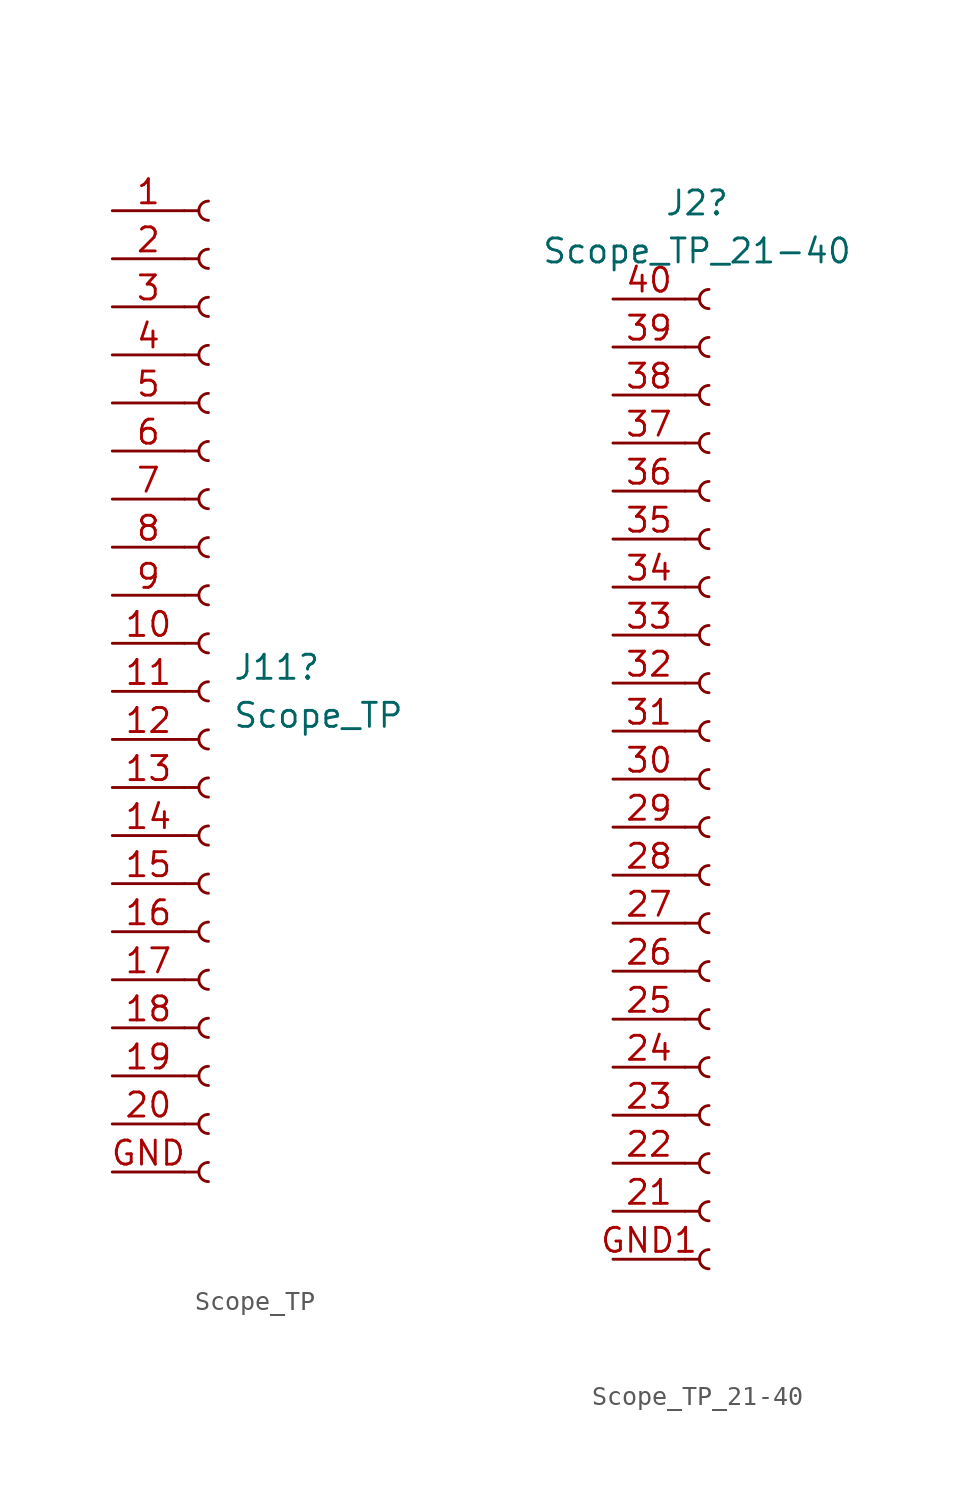
<source format=kicad_sym>
(kicad_symbol_lib
  (version 20241209)
  (generator "kicad_symbol_editor")
  (generator_version "9.0")
  (symbol "Scope_TP"
    (pin_names
      (offset 1.016)
      (hide yes))
    (property "Reference" "J11"
      (at 1.27 1.27 0)
      (effects (font (size 1.27 1.27)) (justify left)))
    (property "Value" "Scope_TP"
      (at 1.27 -1.27 0)
      (effects (font (size 1.27 1.27)) (justify left)))
    (property "ki_locked" ""
      (at 0 0 0)
      (effects (font (size 1.27 1.27))))
    (symbol "Scope_TP_1_1"
      (polyline (pts (xy -1.27 25.4) (xy -0.508 25.4)) (stroke (width 0.152) (type default)) (fill (type none)))
      (polyline (pts (xy -1.27 22.86) (xy -0.508 22.86)) (stroke (width 0.152) (type default)) (fill (type none)))
      (polyline (pts (xy -1.27 20.32) (xy -0.508 20.32)) (stroke (width 0.152) (type default)) (fill (type none)))
      (polyline (pts (xy -1.27 17.78) (xy -0.508 17.78)) (stroke (width 0.152) (type default)) (fill (type none)))
      (polyline (pts (xy -1.27 15.24) (xy -0.508 15.24)) (stroke (width 0.152) (type default)) (fill (type none)))
      (polyline (pts (xy -1.27 12.7) (xy -0.508 12.7)) (stroke (width 0.152) (type default)) (fill (type none)))
      (polyline (pts (xy -1.27 10.16) (xy -0.508 10.16)) (stroke (width 0.152) (type default)) (fill (type none)))
      (polyline (pts (xy -1.27 7.62) (xy -0.508 7.62)) (stroke (width 0.152) (type default)) (fill (type none)))
      (polyline (pts (xy -1.27 5.08) (xy -0.508 5.08)) (stroke (width 0.152) (type default)) (fill (type none)))
      (polyline (pts (xy -1.27 2.54) (xy -0.508 2.54)) (stroke (width 0.152) (type default)) (fill (type none)))
      (polyline (pts (xy -1.27 0) (xy -0.508 0)) (stroke (width 0.152) (type default)) (fill (type none)))
      (polyline (pts (xy -1.27 -2.54) (xy -0.508 -2.54)) (stroke (width 0.152) (type default)) (fill (type none)))
      (polyline (pts (xy -1.27 -5.08) (xy -0.508 -5.08)) (stroke (width 0.152) (type default)) (fill (type none)))
      (polyline (pts (xy -1.27 -7.62) (xy -0.508 -7.62)) (stroke (width 0.152) (type default)) (fill (type none)))
      (polyline (pts (xy -1.27 -10.16) (xy -0.508 -10.16)) (stroke (width 0.152) (type default)) (fill (type none)))
      (polyline (pts (xy -1.27 -12.7) (xy -0.508 -12.7)) (stroke (width 0.152) (type default)) (fill (type none)))
      (polyline (pts (xy -1.27 -15.24) (xy -0.508 -15.24)) (stroke (width 0.152) (type default)) (fill (type none)))
      (polyline (pts (xy -1.27 -17.78) (xy -0.508 -17.78)) (stroke (width 0.152) (type default)) (fill (type none)))
      (polyline (pts (xy -1.27 -20.32) (xy -0.508 -20.32)) (stroke (width 0.152) (type default)) (fill (type none)))
      (polyline (pts (xy -1.27 -22.86) (xy -0.508 -22.86)) (stroke (width 0.152) (type default)) (fill (type none)))
      (polyline (pts (xy -1.27 -25.4) (xy -0.508 -25.4)) (stroke (width 0.152) (type default)) (fill (type none)))
      (arc (start 0 24.892) (mid -0.5058 25.4) (end 0 25.908) (stroke (width 0.1524) (type default)) (fill (type none)))
      (arc (start 0 22.352) (mid -0.5058 22.86) (end 0 23.368) (stroke (width 0.1524) (type default)) (fill (type none)))
      (arc (start 0 19.812) (mid -0.5058 20.32) (end 0 20.828) (stroke (width 0.1524) (type default)) (fill (type none)))
      (arc (start 0 17.272) (mid -0.5058 17.78) (end 0 18.288) (stroke (width 0.1524) (type default)) (fill (type none)))
      (arc (start 0 14.732) (mid -0.5058 15.24) (end 0 15.748) (stroke (width 0.1524) (type default)) (fill (type none)))
      (arc (start 0 12.192) (mid -0.5058 12.7) (end 0 13.208) (stroke (width 0.1524) (type default)) (fill (type none)))
      (arc (start 0 9.652) (mid -0.5058 10.16) (end 0 10.668) (stroke (width 0.1524) (type default)) (fill (type none)))
      (arc (start 0 7.112) (mid -0.5058 7.62) (end 0 8.128) (stroke (width 0.1524) (type default)) (fill (type none)))
      (arc (start 0 4.572) (mid -0.5058 5.08) (end 0 5.588) (stroke (width 0.1524) (type default)) (fill (type none)))
      (arc (start 0 2.032) (mid -0.5058 2.54) (end 0 3.048) (stroke (width 0.1524) (type default)) (fill (type none)))
      (arc (start 0 -0.508) (mid -0.5058 0) (end 0 0.508) (stroke (width 0.1524) (type default)) (fill (type none)))
      (arc (start 0 -3.048) (mid -0.5058 -2.54) (end 0 -2.032) (stroke (width 0.1524) (type default)) (fill (type none)))
      (arc (start 0 -5.588) (mid -0.5058 -5.08) (end 0 -4.572) (stroke (width 0.1524) (type default)) (fill (type none)))
      (arc (start 0 -8.128) (mid -0.5058 -7.62) (end 0 -7.112) (stroke (width 0.1524) (type default)) (fill (type none)))
      (arc (start 0 -10.668) (mid -0.5058 -10.16) (end 0 -9.652) (stroke (width 0.1524) (type default)) (fill (type none)))
      (arc (start 0 -13.208) (mid -0.5058 -12.7) (end 0 -12.192) (stroke (width 0.1524) (type default)) (fill (type none)))
      (arc (start 0 -15.748) (mid -0.5058 -15.24) (end 0 -14.732) (stroke (width 0.1524) (type default)) (fill (type none)))
      (arc (start 0 -18.288) (mid -0.5058 -17.78) (end 0 -17.272) (stroke (width 0.1524) (type default)) (fill (type none)))
      (arc (start 0 -20.828) (mid -0.5058 -20.32) (end 0 -19.812) (stroke (width 0.1524) (type default)) (fill (type none)))
      (arc (start 0 -23.368) (mid -0.5058 -22.86) (end 0 -22.352) (stroke (width 0.1524) (type default)) (fill (type none)))
      (arc (start 0 -25.908) (mid -0.5058 -25.4) (end 0 -24.892) (stroke (width 0.1524) (type default)) (fill (type none)))
      (pin passive line (at -5.08 25.4 0) (length 3.81) (name "Pin_1" (effects (font (size 1.27 1.27)))) (number "1" (effects (font (size 1.27 1.27)))))
      (pin passive line (at -5.08 22.86 0) (length 3.81) (name "Pin_2" (effects (font (size 1.27 1.27)))) (number "2" (effects (font (size 1.27 1.27)))))
      (pin passive line (at -5.08 20.32 0) (length 3.81) (name "Pin_3" (effects (font (size 1.27 1.27)))) (number "3" (effects (font (size 1.27 1.27)))))
      (pin passive line (at -5.08 17.78 0) (length 3.81) (name "Pin_4" (effects (font (size 1.27 1.27)))) (number "4" (effects (font (size 1.27 1.27)))))
      (pin passive line (at -5.08 15.24 0) (length 3.81) (name "Pin_5" (effects (font (size 1.27 1.27)))) (number "5" (effects (font (size 1.27 1.27)))))
      (pin passive line (at -5.08 12.7 0) (length 3.81) (name "Pin_6" (effects (font (size 1.27 1.27)))) (number "6" (effects (font (size 1.27 1.27)))))
      (pin passive line (at -5.08 10.16 0) (length 3.81) (name "Pin_7" (effects (font (size 1.27 1.27)))) (number "7" (effects (font (size 1.27 1.27)))))
      (pin passive line (at -5.08 7.62 0) (length 3.81) (name "Pin_8" (effects (font (size 1.27 1.27)))) (number "8" (effects (font (size 1.27 1.27)))))
      (pin passive line (at -5.08 5.08 0) (length 3.81) (name "Pin_9" (effects (font (size 1.27 1.27)))) (number "9" (effects (font (size 1.27 1.27)))))
      (pin passive line (at -5.08 2.54 0) (length 3.81) (name "Pin_10" (effects (font (size 1.27 1.27)))) (number "10" (effects (font (size 1.27 1.27)))))
      (pin passive line (at -5.08 0 0) (length 3.81) (name "Pin_11" (effects (font (size 1.27 1.27)))) (number "11" (effects (font (size 1.27 1.27)))))
      (pin passive line (at -5.08 -2.54 0) (length 3.81) (name "Pin_12" (effects (font (size 1.27 1.27)))) (number "12" (effects (font (size 1.27 1.27)))))
      (pin passive line (at -5.08 -5.08 0) (length 3.81) (name "Pin_13" (effects (font (size 1.27 1.27)))) (number "13" (effects (font (size 1.27 1.27)))))
      (pin passive line (at -5.08 -7.62 0) (length 3.81) (name "Pin_14" (effects (font (size 1.27 1.27)))) (number "14" (effects (font (size 1.27 1.27)))))
      (pin passive line (at -5.08 -10.16 0) (length 3.81) (name "Pin_15" (effects (font (size 1.27 1.27)))) (number "15" (effects (font (size 1.27 1.27)))))
      (pin passive line (at -5.08 -12.7 0) (length 3.81) (name "Pin_16" (effects (font (size 1.27 1.27)))) (number "16" (effects (font (size 1.27 1.27)))))
      (pin passive line (at -5.08 -15.24 0) (length 3.81) (name "Pin_17" (effects (font (size 1.27 1.27)))) (number "17" (effects (font (size 1.27 1.27)))))
      (pin passive line (at -5.08 -17.78 0) (length 3.81) (name "Pin_18" (effects (font (size 1.27 1.27)))) (number "18" (effects (font (size 1.27 1.27)))))
      (pin passive line (at -5.08 -20.32 0) (length 3.81) (name "Pin_19" (effects (font (size 1.27 1.27)))) (number "19" (effects (font (size 1.27 1.27)))))
      (pin passive line (at -5.08 -22.86 0) (length 3.81) (name "Pin_20" (effects (font (size 1.27 1.27)))) (number "20" (effects (font (size 1.27 1.27)))))
      (pin passive line (at -5.08 -25.4 0) (length 3.81) (name "GND" (effects (font (size 1.27 1.27)))) (number "GND" (effects (font (size 1.27 1.27)))))))
  (symbol "Scope_TP_21-40"
    (pin_names
      (offset 1.016)
      (hide yes))
    (property "Reference" "J2"
      (at -0.635 30.48 0)
      (effects (font (size 1.27 1.27))))
    (property "Value" "Scope_TP_21-40"
      (at -0.635 27.94 0)
      (effects (font (size 1.27 1.27))))
    (property "ki_locked" ""
      (at 0 0 0)
      (effects (font (size 1.27 1.27))))
    (symbol "Scope_TP_21-40_1_1"
      (polyline (pts (xy -1.27 25.4) (xy -0.508 25.4)) (stroke (width 0.152) (type default)) (fill (type none)))
      (polyline (pts (xy -1.27 22.86) (xy -0.508 22.86)) (stroke (width 0.152) (type default)) (fill (type none)))
      (polyline (pts (xy -1.27 20.32) (xy -0.508 20.32)) (stroke (width 0.152) (type default)) (fill (type none)))
      (polyline (pts (xy -1.27 17.78) (xy -0.508 17.78)) (stroke (width 0.152) (type default)) (fill (type none)))
      (polyline (pts (xy -1.27 15.24) (xy -0.508 15.24)) (stroke (width 0.152) (type default)) (fill (type none)))
      (polyline (pts (xy -1.27 12.7) (xy -0.508 12.7)) (stroke (width 0.152) (type default)) (fill (type none)))
      (polyline (pts (xy -1.27 10.16) (xy -0.508 10.16)) (stroke (width 0.152) (type default)) (fill (type none)))
      (polyline (pts (xy -1.27 7.62) (xy -0.508 7.62)) (stroke (width 0.152) (type default)) (fill (type none)))
      (polyline (pts (xy -1.27 5.08) (xy -0.508 5.08)) (stroke (width 0.152) (type default)) (fill (type none)))
      (polyline (pts (xy -1.27 2.54) (xy -0.508 2.54)) (stroke (width 0.152) (type default)) (fill (type none)))
      (polyline (pts (xy -1.27 0) (xy -0.508 0)) (stroke (width 0.152) (type default)) (fill (type none)))
      (polyline (pts (xy -1.27 -2.54) (xy -0.508 -2.54)) (stroke (width 0.152) (type default)) (fill (type none)))
      (polyline (pts (xy -1.27 -5.08) (xy -0.508 -5.08)) (stroke (width 0.152) (type default)) (fill (type none)))
      (polyline (pts (xy -1.27 -7.62) (xy -0.508 -7.62)) (stroke (width 0.152) (type default)) (fill (type none)))
      (polyline (pts (xy -1.27 -10.16) (xy -0.508 -10.16)) (stroke (width 0.152) (type default)) (fill (type none)))
      (polyline (pts (xy -1.27 -12.7) (xy -0.508 -12.7)) (stroke (width 0.152) (type default)) (fill (type none)))
      (polyline (pts (xy -1.27 -15.24) (xy -0.508 -15.24)) (stroke (width 0.152) (type default)) (fill (type none)))
      (polyline (pts (xy -1.27 -17.78) (xy -0.508 -17.78)) (stroke (width 0.152) (type default)) (fill (type none)))
      (polyline (pts (xy -1.27 -20.32) (xy -0.508 -20.32)) (stroke (width 0.152) (type default)) (fill (type none)))
      (polyline (pts (xy -1.27 -22.86) (xy -0.508 -22.86)) (stroke (width 0.152) (type default)) (fill (type none)))
      (polyline (pts (xy -1.27 -25.4) (xy -0.508 -25.4)) (stroke (width 0.152) (type default)) (fill (type none)))
      (arc (start 0 24.892) (mid -0.5058 25.4) (end 0 25.908) (stroke (width 0.1524) (type default)) (fill (type none)))
      (arc (start 0 22.352) (mid -0.5058 22.86) (end 0 23.368) (stroke (width 0.1524) (type default)) (fill (type none)))
      (arc (start 0 19.812) (mid -0.5058 20.32) (end 0 20.828) (stroke (width 0.1524) (type default)) (fill (type none)))
      (arc (start 0 17.272) (mid -0.5058 17.78) (end 0 18.288) (stroke (width 0.1524) (type default)) (fill (type none)))
      (arc (start 0 14.732) (mid -0.5058 15.24) (end 0 15.748) (stroke (width 0.1524) (type default)) (fill (type none)))
      (arc (start 0 12.192) (mid -0.5058 12.7) (end 0 13.208) (stroke (width 0.1524) (type default)) (fill (type none)))
      (arc (start 0 9.652) (mid -0.5058 10.16) (end 0 10.668) (stroke (width 0.1524) (type default)) (fill (type none)))
      (arc (start 0 7.112) (mid -0.5058 7.62) (end 0 8.128) (stroke (width 0.1524) (type default)) (fill (type none)))
      (arc (start 0 4.572) (mid -0.5058 5.08) (end 0 5.588) (stroke (width 0.1524) (type default)) (fill (type none)))
      (arc (start 0 2.032) (mid -0.5058 2.54) (end 0 3.048) (stroke (width 0.1524) (type default)) (fill (type none)))
      (arc (start 0 -0.508) (mid -0.5058 0) (end 0 0.508) (stroke (width 0.1524) (type default)) (fill (type none)))
      (arc (start 0 -3.048) (mid -0.5058 -2.54) (end 0 -2.032) (stroke (width 0.1524) (type default)) (fill (type none)))
      (arc (start 0 -5.588) (mid -0.5058 -5.08) (end 0 -4.572) (stroke (width 0.1524) (type default)) (fill (type none)))
      (arc (start 0 -8.128) (mid -0.5058 -7.62) (end 0 -7.112) (stroke (width 0.1524) (type default)) (fill (type none)))
      (arc (start 0 -10.668) (mid -0.5058 -10.16) (end 0 -9.652) (stroke (width 0.1524) (type default)) (fill (type none)))
      (arc (start 0 -13.208) (mid -0.5058 -12.7) (end 0 -12.192) (stroke (width 0.1524) (type default)) (fill (type none)))
      (arc (start 0 -15.748) (mid -0.5058 -15.24) (end 0 -14.732) (stroke (width 0.1524) (type default)) (fill (type none)))
      (arc (start 0 -18.288) (mid -0.5058 -17.78) (end 0 -17.272) (stroke (width 0.1524) (type default)) (fill (type none)))
      (arc (start 0 -20.828) (mid -0.5058 -20.32) (end 0 -19.812) (stroke (width 0.1524) (type default)) (fill (type none)))
      (arc (start 0 -23.368) (mid -0.5058 -22.86) (end 0 -22.352) (stroke (width 0.1524) (type default)) (fill (type none)))
      (arc (start 0 -25.908) (mid -0.5058 -25.4) (end 0 -24.892) (stroke (width 0.1524) (type default)) (fill (type none)))
      (pin passive line (at -5.08 25.4 0) (length 3.81) (name "Pin_40" (effects (font (size 1.27 1.27)))) (number "40" (effects (font (size 1.27 1.27)))))
      (pin passive line (at -5.08 22.86 0) (length 3.81) (name "Pin_39" (effects (font (size 1.27 1.27)))) (number "39" (effects (font (size 1.27 1.27)))))
      (pin passive line (at -5.08 20.32 0) (length 3.81) (name "Pin_38" (effects (font (size 1.27 1.27)))) (number "38" (effects (font (size 1.27 1.27)))))
      (pin passive line (at -5.08 17.78 0) (length 3.81) (name "Pin_.7" (effects (font (size 1.27 1.27)))) (number "37" (effects (font (size 1.27 1.27)))))
      (pin passive line (at -5.08 15.24 0) (length 3.81) (name "Pin_36" (effects (font (size 1.27 1.27)))) (number "36" (effects (font (size 1.27 1.27)))))
      (pin passive line (at -5.08 12.7 0) (length 3.81) (name "Pin_35" (effects (font (size 1.27 1.27)))) (number "35" (effects (font (size 1.27 1.27)))))
      (pin passive line (at -5.08 10.16 0) (length 3.81) (name "Pin_34" (effects (font (size 1.27 1.27)))) (number "34" (effects (font (size 1.27 1.27)))))
      (pin passive line (at -5.08 7.62 0) (length 3.81) (name "Pin_33" (effects (font (size 1.27 1.27)))) (number "33" (effects (font (size 1.27 1.27)))))
      (pin passive line (at -5.08 5.08 0) (length 3.81) (name "Pin_32" (effects (font (size 1.27 1.27)))) (number "32" (effects (font (size 1.27 1.27)))))
      (pin passive line (at -5.08 2.54 0) (length 3.81) (name "Pin_31" (effects (font (size 1.27 1.27)))) (number "31" (effects (font (size 1.27 1.27)))))
      (pin passive line (at -5.08 0 0) (length 3.81) (name "Pin_30" (effects (font (size 1.27 1.27)))) (number "30" (effects (font (size 1.27 1.27)))))
      (pin passive line (at -5.08 -2.54 0) (length 3.81) (name "Pin_29" (effects (font (size 1.27 1.27)))) (number "29" (effects (font (size 1.27 1.27)))))
      (pin passive line (at -5.08 -5.08 0) (length 3.81) (name "Pin_28" (effects (font (size 1.27 1.27)))) (number "28" (effects (font (size 1.27 1.27)))))
      (pin passive line (at -5.08 -7.62 0) (length 3.81) (name "Pin_27" (effects (font (size 1.27 1.27)))) (number "27" (effects (font (size 1.27 1.27)))))
      (pin passive line (at -5.08 -10.16 0) (length 3.81) (name "Pin_26" (effects (font (size 1.27 1.27)))) (number "26" (effects (font (size 1.27 1.27)))))
      (pin passive line (at -5.08 -12.7 0) (length 3.81) (name "Pin_25" (effects (font (size 1.27 1.27)))) (number "25" (effects (font (size 1.27 1.27)))))
      (pin passive line (at -5.08 -15.24 0) (length 3.81) (name "Pin_24" (effects (font (size 1.27 1.27)))) (number "24" (effects (font (size 1.27 1.27)))))
      (pin passive line (at -5.08 -17.78 0) (length 3.81) (name "Pin_23" (effects (font (size 1.27 1.27)))) (number "23" (effects (font (size 1.27 1.27)))))
      (pin passive line (at -5.08 -20.32 0) (length 3.81) (name "Pin_22" (effects (font (size 1.27 1.27)))) (number "22" (effects (font (size 1.27 1.27)))))
      (pin passive line (at -5.08 -22.86 0) (length 3.81) (name "Pin_21" (effects (font (size 1.27 1.27)))) (number "21" (effects (font (size 1.27 1.27)))))
      (pin passive line (at -5.08 -25.4 0) (length 3.81) (name "GND" (effects (font (size 1.27 1.27)))) (number "GND1" (effects (font (size 1.27 1.27))))))))
</source>
